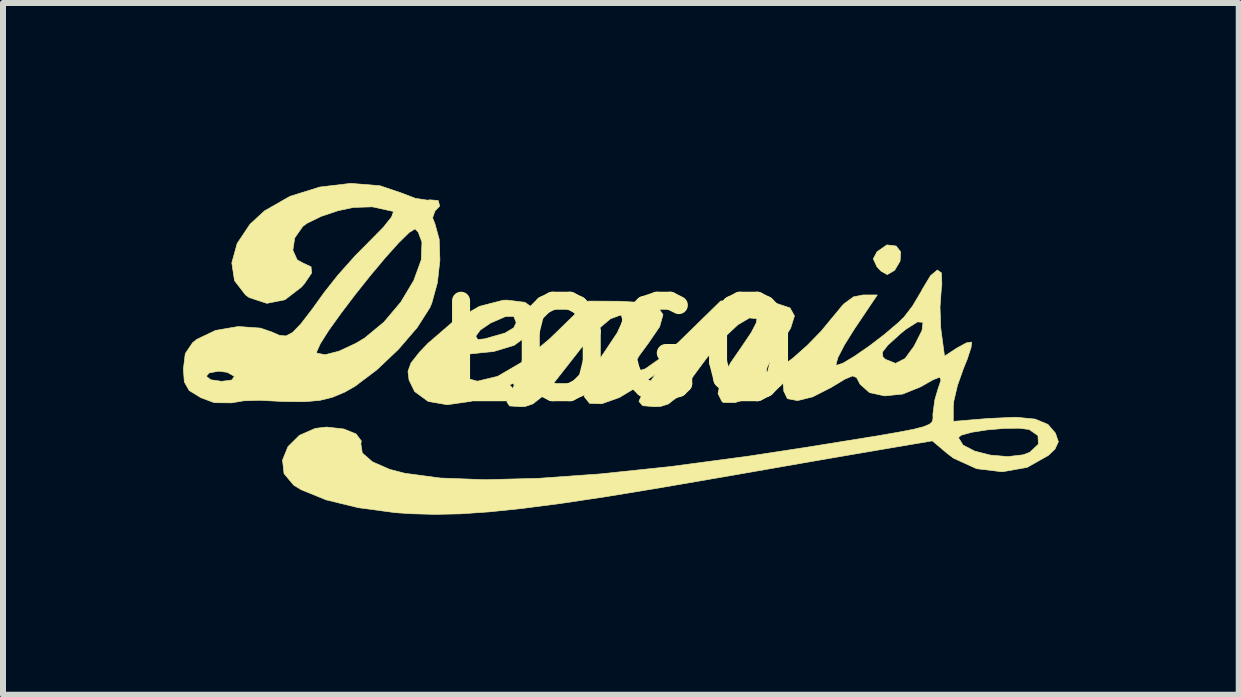
<source format=kicad_pcb>
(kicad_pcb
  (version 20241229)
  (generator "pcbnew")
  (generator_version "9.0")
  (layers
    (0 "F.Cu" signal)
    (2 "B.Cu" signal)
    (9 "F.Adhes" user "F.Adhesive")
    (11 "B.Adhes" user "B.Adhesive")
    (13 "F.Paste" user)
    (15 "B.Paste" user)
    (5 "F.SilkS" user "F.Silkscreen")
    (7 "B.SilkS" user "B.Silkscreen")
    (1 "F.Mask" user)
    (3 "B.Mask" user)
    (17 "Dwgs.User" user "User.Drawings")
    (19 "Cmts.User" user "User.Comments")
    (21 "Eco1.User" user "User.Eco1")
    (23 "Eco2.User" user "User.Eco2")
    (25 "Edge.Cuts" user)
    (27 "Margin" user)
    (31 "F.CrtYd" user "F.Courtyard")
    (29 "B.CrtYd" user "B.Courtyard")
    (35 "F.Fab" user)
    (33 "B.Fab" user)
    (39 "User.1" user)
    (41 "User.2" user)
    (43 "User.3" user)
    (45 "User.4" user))
  (footprint "LOGO"
    (layer "F.Cu")
    (at 7.244 2.795)
    (property "Reference" "LOGO" (at 0 0 0) (layer "F.SilkS") (effects (font (size 1.524 1.524) (thickness 0.3))))
    (attr through_hole)
    (fp_poly (pts (xy 4.636 -1.746) (xy 4.711 -1.65) (xy 4.702 -1.495) (xy 4.611 -1.341) (xy 4.488 -1.27) (xy 4.487 -1.27) (xy 4.386 -1.327) (xy 4.318 -1.397) (xy 4.255 -1.533) (xy 4.318 -1.651) (xy 4.482 -1.765) (xy 4.636 -1.746)) (stroke (width 0.01) (type solid)) (fill yes) (layer "F.SilkS"))
    (fp_poly (pts (xy -3.965 -2.751) (xy -3.615 -2.633) (xy -3.375 -2.541) (xy -3.171 -2.51) (xy -3.131 -2.516) (xy -2.993 -2.504) (xy -2.969 -2.412) (xy -3.048 -2.328) (xy -3.087 -2.216) (xy -3.048 -2.117) (xy -2.977 -1.86) (xy -2.965 -1.511) (xy -3.007 -1.134) (xy -3.1 -0.796) (xy -3.133 -0.718) (xy -3.345 -0.386) (xy -3.657 -0.024) (xy -4.018 0.318) (xy -4.379 0.59) (xy -4.553 0.689) (xy -4.757 0.774) (xy -4.968 0.826) (xy -5.229 0.848) (xy -5.581 0.844) (xy -5.969 0.824) (xy -6.237 0.833) (xy -6.439 0.867) (xy -6.723 0.864) (xy -6.947 0.781) (xy -7.142 0.661) (xy -7.223 0.518) (xy -7.23 0.423) (xy -6.858 0.423) (xy -6.784 0.482) (xy -6.606 0.508) (xy -6.599 0.508) (xy -6.43 0.485) (xy -6.391 0.426) (xy -6.392 0.423) (xy -6.509 0.358) (xy -6.651 0.339) (xy -6.808 0.368) (xy -6.858 0.423) (xy -7.23 0.423) (xy -7.239 0.305) (xy -7.207 0.045) (xy -7.186 0.015) (xy -5.018 0.015) (xy -5.014 0.038) (xy -4.878 0.065) (xy -4.647 0.006) (xy -4.366 -0.125) (xy -4.219 -0.213) (xy -3.897 -0.479) (xy -3.616 -0.812) (xy -3.401 -1.171) (xy -3.276 -1.515) (xy -3.264 -1.806) (xy -3.267 -1.821) (xy -3.327 -1.979) (xy -3.379 -2.032) (xy -3.479 -1.97) (xy -3.65 -1.802) (xy -3.871 -1.556) (xy -4.12 -1.259) (xy -4.375 -0.939) (xy -4.614 -0.624) (xy -4.816 -0.342) (xy -4.957 -0.12) (xy -5.018 0.015) (xy -7.186 0.015) (xy -7.087 -0.133) (xy -7.016 -0.191) (xy -6.704 -0.34) (xy -6.325 -0.405) (xy -5.956 -0.379) (xy -5.771 -0.316) (xy -5.639 -0.258) (xy -5.53 -0.248) (xy -5.419 -0.306) (xy -5.28 -0.45) (xy -5.089 -0.699) (xy -4.889 -0.977) (xy -4.663 -1.262) (xy -4.376 -1.584) (xy -4.114 -1.848) (xy -3.903 -2.063) (xy -3.771 -2.229) (xy -3.739 -2.318) (xy -3.748 -2.324) (xy -4.089 -2.399) (xy -4.407 -2.389) (xy -4.664 -2.334) (xy -4.944 -2.24) (xy -5.178 -2.126) (xy -5.25 -2.073) (xy -5.384 -1.881) (xy -5.415 -1.676) (xy -5.343 -1.516) (xy -5.249 -1.464) (xy -5.112 -1.401) (xy -5.102 -1.296) (xy -5.221 -1.121) (xy -5.271 -1.063) (xy -5.547 -0.851) (xy -5.848 -0.791) (xy -6.143 -0.888) (xy -6.203 -0.931) (xy -6.387 -1.17) (xy -6.432 -1.466) (xy -6.343 -1.788) (xy -6.129 -2.109) (xy -5.888 -2.331) (xy -5.463 -2.574) (xy -4.967 -2.729) (xy -4.45 -2.79) (xy -3.965 -2.751)) (stroke (width 0.01) (type solid)) (fill yes) (layer "F.SilkS"))
    (fp_poly (pts (xy 5.391 -1.298) (xy 5.398 -1.103) (xy 5.389 -1.036) (xy 5.367 -0.727) (xy 5.379 -0.384) (xy 5.389 -0.303) (xy 5.442 0.089) (xy 5.649 -0.047) (xy 5.808 -0.133) (xy 5.894 -0.146) (xy 5.884 -0.054) (xy 5.82 0.141) (xy 5.759 0.291) (xy 5.658 0.576) (xy 5.596 0.84) (xy 5.588 0.933) (xy 5.588 1.175) (xy 6.171 1.127) (xy 6.63 1.106) (xy 6.952 1.137) (xy 7.165 1.226) (xy 7.29 1.371) (xy 7.339 1.515) (xy 7.282 1.638) (xy 7.171 1.743) (xy 6.818 1.942) (xy 6.404 2.015) (xy 5.978 1.964) (xy 5.591 1.788) (xy 5.496 1.716) (xy 5.239 1.5) (xy 4.418 1.639) (xy 4.085 1.696) (xy 3.624 1.775) (xy 3.074 1.87) (xy 2.474 1.975) (xy 1.862 2.082) (xy 1.693 2.111) (xy 0.671 2.287) (xy -0.205 2.431) (xy -0.953 2.543) (xy -1.593 2.626) (xy -2.143 2.683) (xy -2.622 2.716) (xy -3.05 2.725) (xy -3.445 2.714) (xy -3.709 2.696) (xy -4.326 2.613) (xy -4.86 2.483) (xy -5.274 2.315) (xy -5.401 2.238) (xy -5.562 2.045) (xy -5.587 1.82) (xy -5.496 1.596) (xy -5.307 1.409) (xy -5.042 1.292) (xy -4.851 1.27) (xy -4.566 1.302) (xy -4.362 1.384) (xy -4.275 1.5) (xy -4.282 1.552) (xy -4.258 1.702) (xy -4.089 1.849) (xy -3.801 1.975) (xy -3.55 2.04) (xy -2.959 2.119) (xy -2.214 2.147) (xy -1.32 2.124) (xy -0.285 2.05) (xy 0.885 1.927) (xy 2.183 1.754) (xy 3.156 1.605) (xy 3.801 1.501) (xy 4.148 1.445) (xy 5.673 1.445) (xy 5.749 1.569) (xy 5.945 1.671) (xy 6.21 1.738) (xy 6.497 1.762) (xy 6.755 1.732) (xy 6.864 1.69) (xy 7.006 1.555) (xy 6.999 1.412) (xy 6.852 1.31) (xy 6.68 1.289) (xy 6.43 1.293) (xy 6.153 1.317) (xy 5.9 1.356) (xy 5.724 1.404) (xy 5.673 1.445) (xy 4.148 1.445) (xy 4.298 1.421) (xy 4.667 1.357) (xy 4.926 1.307) (xy 5.094 1.264) (xy 5.192 1.223) (xy 5.238 1.18) (xy 5.25 1.129) (xy 5.249 1.066) (xy 5.249 1.053) (xy 5.28 0.819) (xy 5.332 0.641) (xy 5.383 0.489) (xy 5.364 0.438) (xy 5.251 0.482) (xy 5.048 0.598) (xy 4.747 0.72) (xy 4.445 0.751) (xy 4.192 0.696) (xy 4.034 0.555) (xy 4.028 0.542) (xy 3.977 0.445) (xy 3.911 0.418) (xy 3.787 0.469) (xy 3.565 0.603) (xy 3.55 0.612) (xy 3.245 0.767) (xy 2.994 0.829) (xy 2.824 0.797) (xy 2.763 0.669) (xy 2.764 0.652) (xy 2.75 0.539) (xy 2.722 0.529) (xy 2.275 0.751) (xy 1.956 0.862) (xy 1.764 0.863) (xy 1.735 0.846) (xy 1.668 0.712) (xy 1.714 0.501) (xy 1.878 0.2) (xy 2.076 -0.087) (xy 2.224 -0.307) (xy 2.309 -0.472) (xy 2.316 -0.535) (xy 2.192 -0.548) (xy 1.999 -0.434) (xy 1.756 -0.207) (xy 1.483 0.116) (xy 1.354 0.289) (xy 1.13 0.595) (xy 0.969 0.785) (xy 0.84 0.886) (xy 0.713 0.926) (xy 0.617 0.931) (xy 0.413 0.914) (xy 0.351 0.842) (xy 0.42 0.687) (xy 0.483 0.593) (xy 0.628 0.387) (xy 0.367 0.572) (xy 0.025 0.778) (xy -0.269 0.882) (xy -0.471 0.875) (xy -0.562 0.762) (xy -0.53 0.548) (xy -0.376 0.243) (xy -0.205 -0.008) (xy -0.01 -0.301) (xy 0.081 -0.498) (xy 0.061 -0.588) (xy 0.037 -0.593) (xy -0.123 -0.534) (xy -0.337 -0.353) (xy -0.616 -0.04) (xy -0.848 0.256) (xy -1.096 0.572) (xy -1.275 0.773) (xy -1.415 0.883) (xy -1.542 0.927) (xy -1.612 0.931) (xy -1.804 0.918) (xy -1.851 0.849) (xy -1.781 0.683) (xy -1.773 0.667) (xy -1.725 0.568) (xy -1.749 0.544) (xy -1.874 0.597) (xy -2.019 0.671) (xy -2.453 0.842) (xy -2.842 0.898) (xy -3.16 0.843) (xy -3.386 0.678) (xy -3.479 0.488) (xy -3.497 0.342) (xy -3.447 0.203) (xy -3.307 0.025) (xy -3.163 -0.126) (xy -3.024 -0.245) (xy -2.367 -0.245) (xy -2.335 -0.188) (xy -2.223 -0.199) (xy -2.018 -0.257) (xy -1.884 -0.295) (xy -1.735 -0.383) (xy -1.693 -0.471) (xy -1.735 -0.574) (xy -1.873 -0.571) (xy -2.121 -0.463) (xy -2.291 -0.348) (xy -2.367 -0.245) (xy -3.024 -0.245) (xy -2.733 -0.497) (xy -2.307 -0.741) (xy -1.912 -0.843) (xy -1.845 -0.845) (xy -1.547 -0.808) (xy -1.392 -0.695) (xy -1.368 -0.507) (xy -1.483 -0.271) (xy -1.729 -0.091) (xy -2.071 0.012) (xy -2.23 0.027) (xy -2.494 0.055) (xy -2.632 0.122) (xy -2.677 0.201) (xy -2.668 0.368) (xy -2.613 0.433) (xy -2.34 0.506) (xy -2.003 0.425) (xy -1.602 0.191) (xy -1.14 -0.197) (xy -1.05 -0.283) (xy -0.49 -0.829) (xy 0.03 -0.826) (xy 0.426 -0.803) (xy 0.664 -0.732) (xy 0.752 -0.602) (xy 0.696 -0.402) (xy 0.508 -0.127) (xy 0.359 0.075) (xy 0.267 0.225) (xy 0.254 0.266) (xy 0.306 0.346) (xy 0.456 0.3) (xy 0.695 0.133) (xy 1.015 -0.148) (xy 1.116 -0.246) (xy 1.714 -0.831) (xy 2.266 -0.818) (xy 2.645 -0.789) (xy 2.867 -0.716) (xy 2.942 -0.583) (xy 2.878 -0.377) (xy 2.721 -0.13) (xy 2.573 0.098) (xy 2.485 0.277) (xy 2.473 0.349) (xy 2.549 0.363) (xy 2.709 0.277) (xy 2.923 0.116) (xy 3.16 -0.095) (xy 3.389 -0.33) (xy 3.556 -0.533) (xy 3.759 -0.777) (xy 3.927 -0.9) (xy 4.087 -0.931) (xy 4.322 -0.931) (xy 3.938 -0.36) (xy 3.772 -0.094) (xy 3.665 0.114) (xy 3.634 0.229) (xy 3.643 0.241) (xy 3.749 0.206) (xy 3.943 0.09) (xy 4.041 0.022) (xy 4.407 0.022) (xy 4.415 0.101) (xy 4.458 0.142) (xy 4.626 0.209) (xy 4.785 0.128) (xy 4.936 -0.079) (xy 5.067 -0.339) (xy 5.084 -0.475) (xy 4.992 -0.482) (xy 4.795 -0.357) (xy 4.703 -0.281) (xy 4.497 -0.094) (xy 4.407 0.022) (xy 4.041 0.022) (xy 4.189 -0.08) (xy 4.444 -0.275) (xy 4.672 -0.469) (xy 4.768 -0.562) (xy 4.91 -0.747) (xy 5.052 -0.986) (xy 5.064 -1.011) (xy 5.208 -1.251) (xy 5.322 -1.347) (xy 5.391 -1.298)) (stroke (width 0.01) (type solid)) (fill yes) (layer "F.SilkS")))
  (gr_rect
    (start -3 -3)
    (end 17.588 8.525)
    (stroke (width 0.1) (type default))
    (fill no)
    (layer "Edge.Cuts")))
</source>
